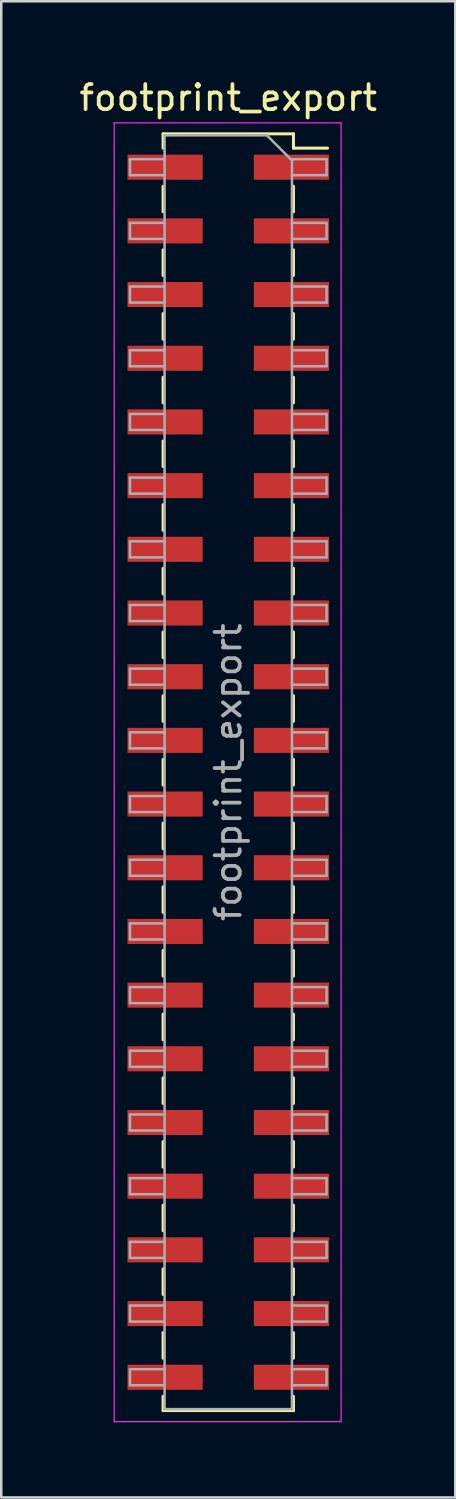
<source format=kicad_pcb>
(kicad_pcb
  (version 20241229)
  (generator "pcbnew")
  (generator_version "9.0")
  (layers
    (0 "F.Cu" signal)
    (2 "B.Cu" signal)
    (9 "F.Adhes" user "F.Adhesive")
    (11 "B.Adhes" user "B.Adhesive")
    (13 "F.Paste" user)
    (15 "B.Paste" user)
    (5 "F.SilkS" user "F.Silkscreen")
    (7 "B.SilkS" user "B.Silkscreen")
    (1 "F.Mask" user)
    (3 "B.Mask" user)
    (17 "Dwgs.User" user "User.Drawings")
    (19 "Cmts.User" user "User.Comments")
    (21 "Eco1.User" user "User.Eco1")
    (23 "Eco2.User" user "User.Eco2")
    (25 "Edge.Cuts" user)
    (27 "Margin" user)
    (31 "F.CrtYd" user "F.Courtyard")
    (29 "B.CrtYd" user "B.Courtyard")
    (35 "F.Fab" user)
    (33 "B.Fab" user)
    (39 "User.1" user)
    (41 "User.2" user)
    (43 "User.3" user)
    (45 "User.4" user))
  (footprint "footprint_export"
    (layer "F.Cu")
    (at 6.054 27.748)
    (property "Reference" "footprint_export" (at 0 -26.9 0) (layer "F.SilkS") (effects (font (size 1 1) (thickness 0.15))))
    (attr smd)
    (fp_line (start -2.6 -25.46) (end -2.6 -24.89) (stroke (width 0.12) (type solid)) (layer "F.SilkS"))
    (fp_line (start -2.6 -25.46) (end 2.6 -25.46) (stroke (width 0.12) (type solid)) (layer "F.SilkS"))
    (fp_line (start -2.6 -23.37) (end -2.6 -22.35) (stroke (width 0.12) (type solid)) (layer "F.SilkS"))
    (fp_line (start -2.6 -20.83) (end -2.6 -19.81) (stroke (width 0.12) (type solid)) (layer "F.SilkS"))
    (fp_line (start -2.6 -18.29) (end -2.6 -17.27) (stroke (width 0.12) (type solid)) (layer "F.SilkS"))
    (fp_line (start -2.6 -15.75) (end -2.6 -14.73) (stroke (width 0.12) (type solid)) (layer "F.SilkS"))
    (fp_line (start -2.6 -13.21) (end -2.6 -12.19) (stroke (width 0.12) (type solid)) (layer "F.SilkS"))
    (fp_line (start -2.6 -10.67) (end -2.6 -9.65) (stroke (width 0.12) (type solid)) (layer "F.SilkS"))
    (fp_line (start -2.6 -8.13) (end -2.6 -7.11) (stroke (width 0.12) (type solid)) (layer "F.SilkS"))
    (fp_line (start -2.6 -5.59) (end -2.6 -4.57) (stroke (width 0.12) (type solid)) (layer "F.SilkS"))
    (fp_line (start -2.6 -3.05) (end -2.6 -2.03) (stroke (width 0.12) (type solid)) (layer "F.SilkS"))
    (fp_line (start -2.6 -0.51) (end -2.6 0.51) (stroke (width 0.12) (type solid)) (layer "F.SilkS"))
    (fp_line (start -2.6 2.03) (end -2.6 3.05) (stroke (width 0.12) (type solid)) (layer "F.SilkS"))
    (fp_line (start -2.6 4.57) (end -2.6 5.59) (stroke (width 0.12) (type solid)) (layer "F.SilkS"))
    (fp_line (start -2.6 7.11) (end -2.6 8.13) (stroke (width 0.12) (type solid)) (layer "F.SilkS"))
    (fp_line (start -2.6 9.65) (end -2.6 10.67) (stroke (width 0.12) (type solid)) (layer "F.SilkS"))
    (fp_line (start -2.6 12.19) (end -2.6 13.21) (stroke (width 0.12) (type solid)) (layer "F.SilkS"))
    (fp_line (start -2.6 14.73) (end -2.6 15.75) (stroke (width 0.12) (type solid)) (layer "F.SilkS"))
    (fp_line (start -2.6 17.27) (end -2.6 18.29) (stroke (width 0.12) (type solid)) (layer "F.SilkS"))
    (fp_line (start -2.6 19.81) (end -2.6 20.83) (stroke (width 0.12) (type solid)) (layer "F.SilkS"))
    (fp_line (start -2.6 22.35) (end -2.6 23.37) (stroke (width 0.12) (type solid)) (layer "F.SilkS"))
    (fp_line (start -2.6 24.89) (end -2.6 25.46) (stroke (width 0.12) (type solid)) (layer "F.SilkS"))
    (fp_line (start -2.6 25.46) (end 2.6 25.46) (stroke (width 0.12) (type solid)) (layer "F.SilkS"))
    (fp_line (start 2.6 -25.46) (end 2.6 -24.89) (stroke (width 0.12) (type solid)) (layer "F.SilkS"))
    (fp_line (start 2.6 -24.89) (end 3.96 -24.89) (stroke (width 0.12) (type solid)) (layer "F.SilkS"))
    (fp_line (start 2.6 -23.37) (end 2.6 -22.35) (stroke (width 0.12) (type solid)) (layer "F.SilkS"))
    (fp_line (start 2.6 -20.83) (end 2.6 -19.81) (stroke (width 0.12) (type solid)) (layer "F.SilkS"))
    (fp_line (start 2.6 -18.29) (end 2.6 -17.27) (stroke (width 0.12) (type solid)) (layer "F.SilkS"))
    (fp_line (start 2.6 -15.75) (end 2.6 -14.73) (stroke (width 0.12) (type solid)) (layer "F.SilkS"))
    (fp_line (start 2.6 -13.21) (end 2.6 -12.19) (stroke (width 0.12) (type solid)) (layer "F.SilkS"))
    (fp_line (start 2.6 -10.67) (end 2.6 -9.65) (stroke (width 0.12) (type solid)) (layer "F.SilkS"))
    (fp_line (start 2.6 -8.13) (end 2.6 -7.11) (stroke (width 0.12) (type solid)) (layer "F.SilkS"))
    (fp_line (start 2.6 -5.59) (end 2.6 -4.57) (stroke (width 0.12) (type solid)) (layer "F.SilkS"))
    (fp_line (start 2.6 -3.05) (end 2.6 -2.03) (stroke (width 0.12) (type solid)) (layer "F.SilkS"))
    (fp_line (start 2.6 -0.51) (end 2.6 0.51) (stroke (width 0.12) (type solid)) (layer "F.SilkS"))
    (fp_line (start 2.6 2.03) (end 2.6 3.05) (stroke (width 0.12) (type solid)) (layer "F.SilkS"))
    (fp_line (start 2.6 4.57) (end 2.6 5.59) (stroke (width 0.12) (type solid)) (layer "F.SilkS"))
    (fp_line (start 2.6 7.11) (end 2.6 8.13) (stroke (width 0.12) (type solid)) (layer "F.SilkS"))
    (fp_line (start 2.6 9.65) (end 2.6 10.67) (stroke (width 0.12) (type solid)) (layer "F.SilkS"))
    (fp_line (start 2.6 12.19) (end 2.6 13.21) (stroke (width 0.12) (type solid)) (layer "F.SilkS"))
    (fp_line (start 2.6 14.73) (end 2.6 15.75) (stroke (width 0.12) (type solid)) (layer "F.SilkS"))
    (fp_line (start 2.6 17.27) (end 2.6 18.29) (stroke (width 0.12) (type solid)) (layer "F.SilkS"))
    (fp_line (start 2.6 19.81) (end 2.6 20.83) (stroke (width 0.12) (type solid)) (layer "F.SilkS"))
    (fp_line (start 2.6 22.35) (end 2.6 23.37) (stroke (width 0.12) (type solid)) (layer "F.SilkS"))
    (fp_line (start 2.6 24.89) (end 2.6 25.46) (stroke (width 0.12) (type solid)) (layer "F.SilkS"))
    (fp_line (start -4.55 -25.9) (end 4.5 -25.9) (stroke (width 0.05) (type solid)) (layer "F.CrtYd"))
    (fp_line (start -4.55 25.9) (end -4.55 -25.9) (stroke (width 0.05) (type solid)) (layer "F.CrtYd"))
    (fp_line (start 4.5 -25.9) (end 4.5 25.9) (stroke (width 0.05) (type solid)) (layer "F.CrtYd"))
    (fp_line (start 4.5 25.9) (end -4.55 25.9) (stroke (width 0.05) (type solid)) (layer "F.CrtYd"))
    (fp_line (start -3.92 -24.45) (end -2.54 -24.45) (stroke (width 0.1) (type solid)) (layer "F.Fab"))
    (fp_line (start -3.92 -23.81) (end -3.92 -24.45) (stroke (width 0.1) (type solid)) (layer "F.Fab"))
    (fp_line (start -3.92 -21.91) (end -2.54 -21.91) (stroke (width 0.1) (type solid)) (layer "F.Fab"))
    (fp_line (start -3.92 -21.27) (end -3.92 -21.91) (stroke (width 0.1) (type solid)) (layer "F.Fab"))
    (fp_line (start -3.92 -19.37) (end -2.54 -19.37) (stroke (width 0.1) (type solid)) (layer "F.Fab"))
    (fp_line (start -3.92 -18.73) (end -3.92 -19.37) (stroke (width 0.1) (type solid)) (layer "F.Fab"))
    (fp_line (start -3.92 -16.83) (end -2.54 -16.83) (stroke (width 0.1) (type solid)) (layer "F.Fab"))
    (fp_line (start -3.92 -16.19) (end -3.92 -16.83) (stroke (width 0.1) (type solid)) (layer "F.Fab"))
    (fp_line (start -3.92 -14.29) (end -2.54 -14.29) (stroke (width 0.1) (type solid)) (layer "F.Fab"))
    (fp_line (start -3.92 -13.65) (end -3.92 -14.29) (stroke (width 0.1) (type solid)) (layer "F.Fab"))
    (fp_line (start -3.92 -11.75) (end -2.54 -11.75) (stroke (width 0.1) (type solid)) (layer "F.Fab"))
    (fp_line (start -3.92 -11.11) (end -3.92 -11.75) (stroke (width 0.1) (type solid)) (layer "F.Fab"))
    (fp_line (start -3.92 -9.21) (end -2.54 -9.21) (stroke (width 0.1) (type solid)) (layer "F.Fab"))
    (fp_line (start -3.92 -8.57) (end -3.92 -9.21) (stroke (width 0.1) (type solid)) (layer "F.Fab"))
    (fp_line (start -3.92 -6.67) (end -2.54 -6.67) (stroke (width 0.1) (type solid)) (layer "F.Fab"))
    (fp_line (start -3.92 -6.03) (end -3.92 -6.67) (stroke (width 0.1) (type solid)) (layer "F.Fab"))
    (fp_line (start -3.92 -4.13) (end -2.54 -4.13) (stroke (width 0.1) (type solid)) (layer "F.Fab"))
    (fp_line (start -3.92 -3.49) (end -3.92 -4.13) (stroke (width 0.1) (type solid)) (layer "F.Fab"))
    (fp_line (start -3.92 -1.59) (end -2.54 -1.59) (stroke (width 0.1) (type solid)) (layer "F.Fab"))
    (fp_line (start -3.92 -0.95) (end -3.92 -1.59) (stroke (width 0.1) (type solid)) (layer "F.Fab"))
    (fp_line (start -3.92 0.95) (end -2.54 0.95) (stroke (width 0.1) (type solid)) (layer "F.Fab"))
    (fp_line (start -3.92 1.59) (end -3.92 0.95) (stroke (width 0.1) (type solid)) (layer "F.Fab"))
    (fp_line (start -3.92 3.49) (end -2.54 3.49) (stroke (width 0.1) (type solid)) (layer "F.Fab"))
    (fp_line (start -3.92 4.13) (end -3.92 3.49) (stroke (width 0.1) (type solid)) (layer "F.Fab"))
    (fp_line (start -3.92 6.03) (end -2.54 6.03) (stroke (width 0.1) (type solid)) (layer "F.Fab"))
    (fp_line (start -3.92 6.67) (end -3.92 6.03) (stroke (width 0.1) (type solid)) (layer "F.Fab"))
    (fp_line (start -3.92 8.57) (end -2.54 8.57) (stroke (width 0.1) (type solid)) (layer "F.Fab"))
    (fp_line (start -3.92 9.21) (end -3.92 8.57) (stroke (width 0.1) (type solid)) (layer "F.Fab"))
    (fp_line (start -3.92 11.11) (end -2.54 11.11) (stroke (width 0.1) (type solid)) (layer "F.Fab"))
    (fp_line (start -3.92 11.75) (end -3.92 11.11) (stroke (width 0.1) (type solid)) (layer "F.Fab"))
    (fp_line (start -3.92 13.65) (end -2.54 13.65) (stroke (width 0.1) (type solid)) (layer "F.Fab"))
    (fp_line (start -3.92 14.29) (end -3.92 13.65) (stroke (width 0.1) (type solid)) (layer "F.Fab"))
    (fp_line (start -3.92 16.19) (end -2.54 16.19) (stroke (width 0.1) (type solid)) (layer "F.Fab"))
    (fp_line (start -3.92 16.83) (end -3.92 16.19) (stroke (width 0.1) (type solid)) (layer "F.Fab"))
    (fp_line (start -3.92 18.73) (end -2.54 18.73) (stroke (width 0.1) (type solid)) (layer "F.Fab"))
    (fp_line (start -3.92 19.37) (end -3.92 18.73) (stroke (width 0.1) (type solid)) (layer "F.Fab"))
    (fp_line (start -3.92 21.27) (end -2.54 21.27) (stroke (width 0.1) (type solid)) (layer "F.Fab"))
    (fp_line (start -3.92 21.91) (end -3.92 21.27) (stroke (width 0.1) (type solid)) (layer "F.Fab"))
    (fp_line (start -3.92 23.81) (end -2.54 23.81) (stroke (width 0.1) (type solid)) (layer "F.Fab"))
    (fp_line (start -3.92 24.45) (end -3.92 23.81) (stroke (width 0.1) (type solid)) (layer "F.Fab"))
    (fp_line (start -2.54 -25.4) (end 1.54 -25.4) (stroke (width 0.1) (type solid)) (layer "F.Fab"))
    (fp_line (start -2.54 -23.81) (end -3.92 -23.81) (stroke (width 0.1) (type solid)) (layer "F.Fab"))
    (fp_line (start -2.54 -21.27) (end -3.92 -21.27) (stroke (width 0.1) (type solid)) (layer "F.Fab"))
    (fp_line (start -2.54 -18.73) (end -3.92 -18.73) (stroke (width 0.1) (type solid)) (layer "F.Fab"))
    (fp_line (start -2.54 -16.19) (end -3.92 -16.19) (stroke (width 0.1) (type solid)) (layer "F.Fab"))
    (fp_line (start -2.54 -13.65) (end -3.92 -13.65) (stroke (width 0.1) (type solid)) (layer "F.Fab"))
    (fp_line (start -2.54 -11.11) (end -3.92 -11.11) (stroke (width 0.1) (type solid)) (layer "F.Fab"))
    (fp_line (start -2.54 -8.57) (end -3.92 -8.57) (stroke (width 0.1) (type solid)) (layer "F.Fab"))
    (fp_line (start -2.54 -6.03) (end -3.92 -6.03) (stroke (width 0.1) (type solid)) (layer "F.Fab"))
    (fp_line (start -2.54 -3.49) (end -3.92 -3.49) (stroke (width 0.1) (type solid)) (layer "F.Fab"))
    (fp_line (start -2.54 -0.95) (end -3.92 -0.95) (stroke (width 0.1) (type solid)) (layer "F.Fab"))
    (fp_line (start -2.54 1.59) (end -3.92 1.59) (stroke (width 0.1) (type solid)) (layer "F.Fab"))
    (fp_line (start -2.54 4.13) (end -3.92 4.13) (stroke (width 0.1) (type solid)) (layer "F.Fab"))
    (fp_line (start -2.54 6.67) (end -3.92 6.67) (stroke (width 0.1) (type solid)) (layer "F.Fab"))
    (fp_line (start -2.54 9.21) (end -3.92 9.21) (stroke (width 0.1) (type solid)) (layer "F.Fab"))
    (fp_line (start -2.54 11.75) (end -3.92 11.75) (stroke (width 0.1) (type solid)) (layer "F.Fab"))
    (fp_line (start -2.54 14.29) (end -3.92 14.29) (stroke (width 0.1) (type solid)) (layer "F.Fab"))
    (fp_line (start -2.54 16.83) (end -3.92 16.83) (stroke (width 0.1) (type solid)) (layer "F.Fab"))
    (fp_line (start -2.54 19.37) (end -3.92 19.37) (stroke (width 0.1) (type solid)) (layer "F.Fab"))
    (fp_line (start -2.54 21.91) (end -3.92 21.91) (stroke (width 0.1) (type solid)) (layer "F.Fab"))
    (fp_line (start -2.54 24.45) (end -3.92 24.45) (stroke (width 0.1) (type solid)) (layer "F.Fab"))
    (fp_line (start -2.54 25.4) (end -2.54 -25.4) (stroke (width 0.1) (type solid)) (layer "F.Fab"))
    (fp_line (start 1.54 -25.4) (end 2.54 -24.4) (stroke (width 0.1) (type solid)) (layer "F.Fab"))
    (fp_line (start 2.54 -24.45) (end 3.92 -24.45) (stroke (width 0.1) (type solid)) (layer "F.Fab"))
    (fp_line (start 2.54 -24.4) (end 2.54 25.4) (stroke (width 0.1) (type solid)) (layer "F.Fab"))
    (fp_line (start 2.54 -21.91) (end 3.92 -21.91) (stroke (width 0.1) (type solid)) (layer "F.Fab"))
    (fp_line (start 2.54 -19.37) (end 3.92 -19.37) (stroke (width 0.1) (type solid)) (layer "F.Fab"))
    (fp_line (start 2.54 -16.83) (end 3.92 -16.83) (stroke (width 0.1) (type solid)) (layer "F.Fab"))
    (fp_line (start 2.54 -14.29) (end 3.92 -14.29) (stroke (width 0.1) (type solid)) (layer "F.Fab"))
    (fp_line (start 2.54 -11.75) (end 3.92 -11.75) (stroke (width 0.1) (type solid)) (layer "F.Fab"))
    (fp_line (start 2.54 -9.21) (end 3.92 -9.21) (stroke (width 0.1) (type solid)) (layer "F.Fab"))
    (fp_line (start 2.54 -6.67) (end 3.92 -6.67) (stroke (width 0.1) (type solid)) (layer "F.Fab"))
    (fp_line (start 2.54 -4.13) (end 3.92 -4.13) (stroke (width 0.1) (type solid)) (layer "F.Fab"))
    (fp_line (start 2.54 -1.59) (end 3.92 -1.59) (stroke (width 0.1) (type solid)) (layer "F.Fab"))
    (fp_line (start 2.54 0.95) (end 3.92 0.95) (stroke (width 0.1) (type solid)) (layer "F.Fab"))
    (fp_line (start 2.54 3.49) (end 3.92 3.49) (stroke (width 0.1) (type solid)) (layer "F.Fab"))
    (fp_line (start 2.54 6.03) (end 3.92 6.03) (stroke (width 0.1) (type solid)) (layer "F.Fab"))
    (fp_line (start 2.54 8.57) (end 3.92 8.57) (stroke (width 0.1) (type solid)) (layer "F.Fab"))
    (fp_line (start 2.54 11.11) (end 3.92 11.11) (stroke (width 0.1) (type solid)) (layer "F.Fab"))
    (fp_line (start 2.54 13.65) (end 3.92 13.65) (stroke (width 0.1) (type solid)) (layer "F.Fab"))
    (fp_line (start 2.54 16.19) (end 3.92 16.19) (stroke (width 0.1) (type solid)) (layer "F.Fab"))
    (fp_line (start 2.54 18.73) (end 3.92 18.73) (stroke (width 0.1) (type solid)) (layer "F.Fab"))
    (fp_line (start 2.54 21.27) (end 3.92 21.27) (stroke (width 0.1) (type solid)) (layer "F.Fab"))
    (fp_line (start 2.54 23.81) (end 3.92 23.81) (stroke (width 0.1) (type solid)) (layer "F.Fab"))
    (fp_line (start 2.54 25.4) (end -2.54 25.4) (stroke (width 0.1) (type solid)) (layer "F.Fab"))
    (fp_line (start 3.92 -24.45) (end 3.92 -23.81) (stroke (width 0.1) (type solid)) (layer "F.Fab"))
    (fp_line (start 3.92 -23.81) (end 2.54 -23.81) (stroke (width 0.1) (type solid)) (layer "F.Fab"))
    (fp_line (start 3.92 -21.91) (end 3.92 -21.27) (stroke (width 0.1) (type solid)) (layer "F.Fab"))
    (fp_line (start 3.92 -21.27) (end 2.54 -21.27) (stroke (width 0.1) (type solid)) (layer "F.Fab"))
    (fp_line (start 3.92 -19.37) (end 3.92 -18.73) (stroke (width 0.1) (type solid)) (layer "F.Fab"))
    (fp_line (start 3.92 -18.73) (end 2.54 -18.73) (stroke (width 0.1) (type solid)) (layer "F.Fab"))
    (fp_line (start 3.92 -16.83) (end 3.92 -16.19) (stroke (width 0.1) (type solid)) (layer "F.Fab"))
    (fp_line (start 3.92 -16.19) (end 2.54 -16.19) (stroke (width 0.1) (type solid)) (layer "F.Fab"))
    (fp_line (start 3.92 -14.29) (end 3.92 -13.65) (stroke (width 0.1) (type solid)) (layer "F.Fab"))
    (fp_line (start 3.92 -13.65) (end 2.54 -13.65) (stroke (width 0.1) (type solid)) (layer "F.Fab"))
    (fp_line (start 3.92 -11.75) (end 3.92 -11.11) (stroke (width 0.1) (type solid)) (layer "F.Fab"))
    (fp_line (start 3.92 -11.11) (end 2.54 -11.11) (stroke (width 0.1) (type solid)) (layer "F.Fab"))
    (fp_line (start 3.92 -9.21) (end 3.92 -8.57) (stroke (width 0.1) (type solid)) (layer "F.Fab"))
    (fp_line (start 3.92 -8.57) (end 2.54 -8.57) (stroke (width 0.1) (type solid)) (layer "F.Fab"))
    (fp_line (start 3.92 -6.67) (end 3.92 -6.03) (stroke (width 0.1) (type solid)) (layer "F.Fab"))
    (fp_line (start 3.92 -6.03) (end 2.54 -6.03) (stroke (width 0.1) (type solid)) (layer "F.Fab"))
    (fp_line (start 3.92 -4.13) (end 3.92 -3.49) (stroke (width 0.1) (type solid)) (layer "F.Fab"))
    (fp_line (start 3.92 -3.49) (end 2.54 -3.49) (stroke (width 0.1) (type solid)) (layer "F.Fab"))
    (fp_line (start 3.92 -1.59) (end 3.92 -0.95) (stroke (width 0.1) (type solid)) (layer "F.Fab"))
    (fp_line (start 3.92 -0.95) (end 2.54 -0.95) (stroke (width 0.1) (type solid)) (layer "F.Fab"))
    (fp_line (start 3.92 0.95) (end 3.92 1.59) (stroke (width 0.1) (type solid)) (layer "F.Fab"))
    (fp_line (start 3.92 1.59) (end 2.54 1.59) (stroke (width 0.1) (type solid)) (layer "F.Fab"))
    (fp_line (start 3.92 3.49) (end 3.92 4.13) (stroke (width 0.1) (type solid)) (layer "F.Fab"))
    (fp_line (start 3.92 4.13) (end 2.54 4.13) (stroke (width 0.1) (type solid)) (layer "F.Fab"))
    (fp_line (start 3.92 6.03) (end 3.92 6.67) (stroke (width 0.1) (type solid)) (layer "F.Fab"))
    (fp_line (start 3.92 6.67) (end 2.54 6.67) (stroke (width 0.1) (type solid)) (layer "F.Fab"))
    (fp_line (start 3.92 8.57) (end 3.92 9.21) (stroke (width 0.1) (type solid)) (layer "F.Fab"))
    (fp_line (start 3.92 9.21) (end 2.54 9.21) (stroke (width 0.1) (type solid)) (layer "F.Fab"))
    (fp_line (start 3.92 11.11) (end 3.92 11.75) (stroke (width 0.1) (type solid)) (layer "F.Fab"))
    (fp_line (start 3.92 11.75) (end 2.54 11.75) (stroke (width 0.1) (type solid)) (layer "F.Fab"))
    (fp_line (start 3.92 13.65) (end 3.92 14.29) (stroke (width 0.1) (type solid)) (layer "F.Fab"))
    (fp_line (start 3.92 14.29) (end 2.54 14.29) (stroke (width 0.1) (type solid)) (layer "F.Fab"))
    (fp_line (start 3.92 16.19) (end 3.92 16.83) (stroke (width 0.1) (type solid)) (layer "F.Fab"))
    (fp_line (start 3.92 16.83) (end 2.54 16.83) (stroke (width 0.1) (type solid)) (layer "F.Fab"))
    (fp_line (start 3.92 18.73) (end 3.92 19.37) (stroke (width 0.1) (type solid)) (layer "F.Fab"))
    (fp_line (start 3.92 19.37) (end 2.54 19.37) (stroke (width 0.1) (type solid)) (layer "F.Fab"))
    (fp_line (start 3.92 21.27) (end 3.92 21.91) (stroke (width 0.1) (type solid)) (layer "F.Fab"))
    (fp_line (start 3.92 21.91) (end 2.54 21.91) (stroke (width 0.1) (type solid)) (layer "F.Fab"))
    (fp_line (start 3.92 23.81) (end 3.92 24.45) (stroke (width 0.1) (type solid)) (layer "F.Fab"))
    (fp_line (start 3.92 24.45) (end 2.54 24.45) (stroke (width 0.1) (type solid)) (layer "F.Fab"))
    (fp_text user "${REFERENCE}" (at 0 0 90) (layer "F.Fab") (effects (font (size 1 1) (thickness 0.15))))
    (pad "1" smd rect (at 2.52 -24.13) (size 3 1) (layers "F.Cu" "F.Mask" "F.Paste"))
    (pad "2" smd rect (at -2.52 -24.13) (size 3 1) (layers "F.Cu" "F.Mask" "F.Paste"))
    (pad "3" smd rect (at 2.52 -21.59) (size 3 1) (layers "F.Cu" "F.Mask" "F.Paste"))
    (pad "4" smd rect (at -2.52 -21.59) (size 3 1) (layers "F.Cu" "F.Mask" "F.Paste"))
    (pad "5" smd rect (at 2.52 -19.05) (size 3 1) (layers "F.Cu" "F.Mask" "F.Paste"))
    (pad "6" smd rect (at -2.52 -19.05) (size 3 1) (layers "F.Cu" "F.Mask" "F.Paste"))
    (pad "7" smd rect (at 2.52 -16.51) (size 3 1) (layers "F.Cu" "F.Mask" "F.Paste"))
    (pad "8" smd rect (at -2.52 -16.51) (size 3 1) (layers "F.Cu" "F.Mask" "F.Paste"))
    (pad "9" smd rect (at 2.52 -13.97) (size 3 1) (layers "F.Cu" "F.Mask" "F.Paste"))
    (pad "10" smd rect (at -2.52 -13.97) (size 3 1) (layers "F.Cu" "F.Mask" "F.Paste"))
    (pad "11" smd rect (at 2.52 -11.43) (size 3 1) (layers "F.Cu" "F.Mask" "F.Paste"))
    (pad "12" smd rect (at -2.52 -11.43) (size 3 1) (layers "F.Cu" "F.Mask" "F.Paste"))
    (pad "13" smd rect (at 2.52 -8.89) (size 3 1) (layers "F.Cu" "F.Mask" "F.Paste"))
    (pad "14" smd rect (at -2.52 -8.89) (size 3 1) (layers "F.Cu" "F.Mask" "F.Paste"))
    (pad "15" smd rect (at 2.52 -6.35) (size 3 1) (layers "F.Cu" "F.Mask" "F.Paste"))
    (pad "16" smd rect (at -2.52 -6.35) (size 3 1) (layers "F.Cu" "F.Mask" "F.Paste"))
    (pad "17" smd rect (at 2.52 -3.81) (size 3 1) (layers "F.Cu" "F.Mask" "F.Paste"))
    (pad "18" smd rect (at -2.52 -3.81) (size 3 1) (layers "F.Cu" "F.Mask" "F.Paste"))
    (pad "19" smd rect (at 2.52 -1.27) (size 3 1) (layers "F.Cu" "F.Mask" "F.Paste"))
    (pad "20" smd rect (at -2.52 -1.27) (size 3 1) (layers "F.Cu" "F.Mask" "F.Paste"))
    (pad "21" smd rect (at 2.52 1.27) (size 3 1) (layers "F.Cu" "F.Mask" "F.Paste"))
    (pad "22" smd rect (at -2.52 1.27) (size 3 1) (layers "F.Cu" "F.Mask" "F.Paste"))
    (pad "23" smd rect (at 2.52 3.81) (size 3 1) (layers "F.Cu" "F.Mask" "F.Paste"))
    (pad "24" smd rect (at -2.52 3.81) (size 3 1) (layers "F.Cu" "F.Mask" "F.Paste"))
    (pad "25" smd rect (at 2.52 6.35) (size 3 1) (layers "F.Cu" "F.Mask" "F.Paste"))
    (pad "26" smd rect (at -2.52 6.35) (size 3 1) (layers "F.Cu" "F.Mask" "F.Paste"))
    (pad "27" smd rect (at 2.52 8.89) (size 3 1) (layers "F.Cu" "F.Mask" "F.Paste"))
    (pad "28" smd rect (at -2.52 8.89) (size 3 1) (layers "F.Cu" "F.Mask" "F.Paste"))
    (pad "29" smd rect (at 2.52 11.43) (size 3 1) (layers "F.Cu" "F.Mask" "F.Paste"))
    (pad "30" smd rect (at -2.52 11.43) (size 3 1) (layers "F.Cu" "F.Mask" "F.Paste"))
    (pad "31" smd rect (at 2.52 13.97) (size 3 1) (layers "F.Cu" "F.Mask" "F.Paste"))
    (pad "32" smd rect (at -2.52 13.97) (size 3 1) (layers "F.Cu" "F.Mask" "F.Paste"))
    (pad "33" smd rect (at 2.52 16.51) (size 3 1) (layers "F.Cu" "F.Mask" "F.Paste"))
    (pad "34" smd rect (at -2.52 16.51) (size 3 1) (layers "F.Cu" "F.Mask" "F.Paste"))
    (pad "35" smd rect (at 2.52 19.05) (size 3 1) (layers "F.Cu" "F.Mask" "F.Paste"))
    (pad "36" smd rect (at -2.52 19.05) (size 3 1) (layers "F.Cu" "F.Mask" "F.Paste"))
    (pad "37" smd rect (at 2.52 21.59) (size 3 1) (layers "F.Cu" "F.Mask" "F.Paste"))
    (pad "38" smd rect (at -2.52 21.59) (size 3 1) (layers "F.Cu" "F.Mask" "F.Paste"))
    (pad "39" smd rect (at 2.52 24.13) (size 3 1) (layers "F.Cu" "F.Mask" "F.Paste"))
    (pad "40" smd rect (at -2.52 24.13) (size 3 1) (layers "F.Cu" "F.Mask" "F.Paste")))
  (gr_rect
    (start -3 -3)
    (end 15.107 56.673)
    (stroke (width 0.1) (type default))
    (fill no)
    (layer "Edge.Cuts")))
</source>
